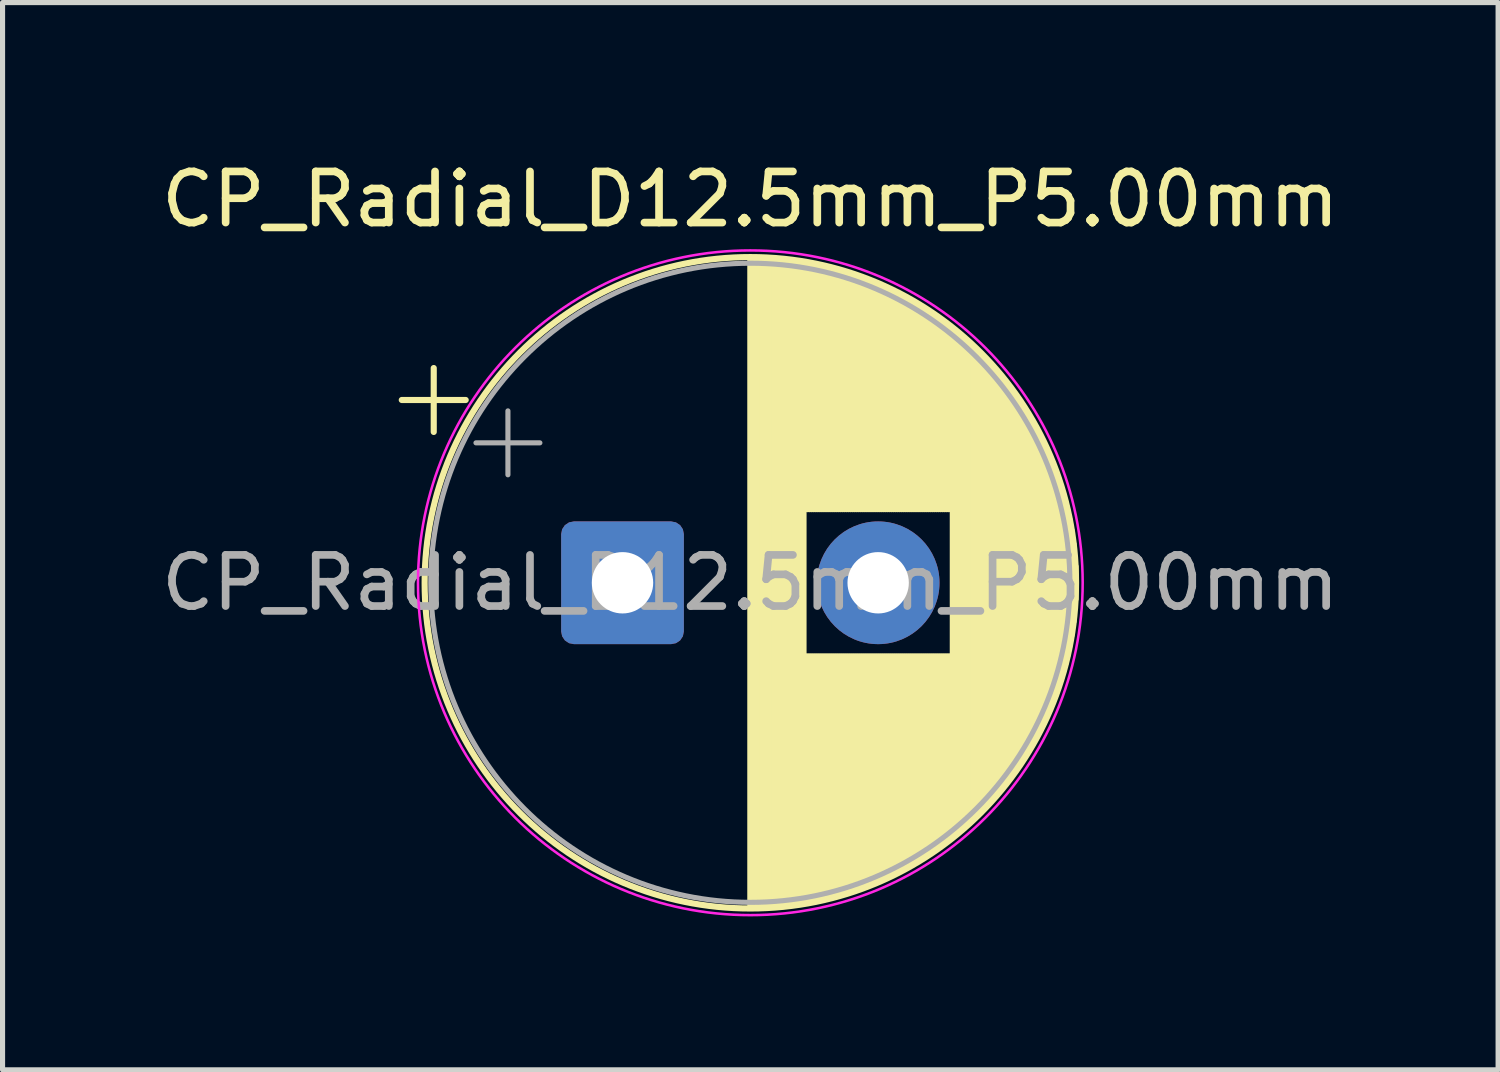
<source format=kicad_pcb>
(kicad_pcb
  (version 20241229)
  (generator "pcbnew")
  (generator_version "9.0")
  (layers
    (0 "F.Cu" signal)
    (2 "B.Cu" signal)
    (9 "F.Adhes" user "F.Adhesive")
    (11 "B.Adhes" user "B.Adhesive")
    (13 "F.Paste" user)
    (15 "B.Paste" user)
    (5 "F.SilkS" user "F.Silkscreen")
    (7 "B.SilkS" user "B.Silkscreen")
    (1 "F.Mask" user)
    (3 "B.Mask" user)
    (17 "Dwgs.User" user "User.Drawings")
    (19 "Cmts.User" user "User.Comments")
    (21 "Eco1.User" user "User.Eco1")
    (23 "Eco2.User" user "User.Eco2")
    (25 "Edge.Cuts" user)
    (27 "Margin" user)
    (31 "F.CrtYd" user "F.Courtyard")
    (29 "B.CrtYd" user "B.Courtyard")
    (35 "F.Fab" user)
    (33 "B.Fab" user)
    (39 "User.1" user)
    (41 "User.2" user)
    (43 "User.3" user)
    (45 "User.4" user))
  (footprint "CP_Radial_D12.5mm_P5.00mm"
    (layer "F.Cu")
    (at 9.125 8.348)
    (property "Reference" "CP_Radial_D12.5mm_P5.00mm" (at 2.5 -7.5 0) (layer "F.SilkS") (effects (font (size 1 1) (thickness 0.15))))
    (attr through_hole)
    (fp_line (start -4.317 -3.575) (end -3.067 -3.575) (stroke (width 0.12) (type solid)) (layer "F.SilkS"))
    (fp_line (start -3.692 -4.2) (end -3.692 -2.95) (stroke (width 0.12) (type solid)) (layer "F.SilkS"))
    (fp_line (start 2.5 -6.33) (end 2.5 6.33) (stroke (width 0.12) (type solid)) (layer "F.SilkS"))
    (fp_line (start 2.54 -6.33) (end 2.54 6.33) (stroke (width 0.12) (type solid)) (layer "F.SilkS"))
    (fp_line (start 2.58 -6.329) (end 2.58 6.329) (stroke (width 0.12) (type solid)) (layer "F.SilkS"))
    (fp_line (start 2.62 -6.329) (end 2.62 6.329) (stroke (width 0.12) (type solid)) (layer "F.SilkS"))
    (fp_line (start 2.66 -6.328) (end 2.66 6.328) (stroke (width 0.12) (type solid)) (layer "F.SilkS"))
    (fp_line (start 2.7 -6.327) (end 2.7 6.327) (stroke (width 0.12) (type solid)) (layer "F.SilkS"))
    (fp_line (start 2.74 -6.325) (end 2.74 6.325) (stroke (width 0.12) (type solid)) (layer "F.SilkS"))
    (fp_line (start 2.78 -6.324) (end 2.78 6.324) (stroke (width 0.12) (type solid)) (layer "F.SilkS"))
    (fp_line (start 2.82 -6.322) (end 2.82 6.322) (stroke (width 0.12) (type solid)) (layer "F.SilkS"))
    (fp_line (start 2.86 -6.32) (end 2.86 6.32) (stroke (width 0.12) (type solid)) (layer "F.SilkS"))
    (fp_line (start 2.9 -6.317) (end 2.9 6.317) (stroke (width 0.12) (type solid)) (layer "F.SilkS"))
    (fp_line (start 2.94 -6.315) (end 2.94 6.315) (stroke (width 0.12) (type solid)) (layer "F.SilkS"))
    (fp_line (start 2.98 -6.312) (end 2.98 6.312) (stroke (width 0.12) (type solid)) (layer "F.SilkS"))
    (fp_line (start 3.02 -6.309) (end 3.02 6.309) (stroke (width 0.12) (type solid)) (layer "F.SilkS"))
    (fp_line (start 3.06 -6.305) (end 3.06 6.305) (stroke (width 0.12) (type solid)) (layer "F.SilkS"))
    (fp_line (start 3.1 -6.302) (end 3.1 6.302) (stroke (width 0.12) (type solid)) (layer "F.SilkS"))
    (fp_line (start 3.14 -6.298) (end 3.14 6.298) (stroke (width 0.12) (type solid)) (layer "F.SilkS"))
    (fp_line (start 3.18 -6.294) (end 3.18 6.294) (stroke (width 0.12) (type solid)) (layer "F.SilkS"))
    (fp_line (start 3.22 -6.289) (end 3.22 6.289) (stroke (width 0.12) (type solid)) (layer "F.SilkS"))
    (fp_line (start 3.26 -6.284) (end 3.26 6.284) (stroke (width 0.12) (type solid)) (layer "F.SilkS"))
    (fp_line (start 3.3 -6.28) (end 3.3 6.28) (stroke (width 0.12) (type solid)) (layer "F.SilkS"))
    (fp_line (start 3.34 -6.274) (end 3.34 6.274) (stroke (width 0.12) (type solid)) (layer "F.SilkS"))
    (fp_line (start 3.38 -6.269) (end 3.38 6.269) (stroke (width 0.12) (type solid)) (layer "F.SilkS"))
    (fp_line (start 3.42 -6.263) (end 3.42 6.263) (stroke (width 0.12) (type solid)) (layer "F.SilkS"))
    (fp_line (start 3.46 -6.257) (end 3.46 6.257) (stroke (width 0.12) (type solid)) (layer "F.SilkS"))
    (fp_line (start 3.5 -6.251) (end 3.5 6.251) (stroke (width 0.12) (type solid)) (layer "F.SilkS"))
    (fp_line (start 3.54 -6.245) (end 3.54 6.245) (stroke (width 0.12) (type solid)) (layer "F.SilkS"))
    (fp_line (start 3.58 -6.238) (end 3.58 -1.44) (stroke (width 0.12) (type solid)) (layer "F.SilkS"))
    (fp_line (start 3.58 1.44) (end 3.58 6.238) (stroke (width 0.12) (type solid)) (layer "F.SilkS"))
    (fp_line (start 3.62 -6.231) (end 3.62 -1.44) (stroke (width 0.12) (type solid)) (layer "F.SilkS"))
    (fp_line (start 3.62 1.44) (end 3.62 6.231) (stroke (width 0.12) (type solid)) (layer "F.SilkS"))
    (fp_line (start 3.66 -6.223) (end 3.66 -1.44) (stroke (width 0.12) (type solid)) (layer "F.SilkS"))
    (fp_line (start 3.66 1.44) (end 3.66 6.223) (stroke (width 0.12) (type solid)) (layer "F.SilkS"))
    (fp_line (start 3.7 -6.216) (end 3.7 -1.44) (stroke (width 0.12) (type solid)) (layer "F.SilkS"))
    (fp_line (start 3.7 1.44) (end 3.7 6.216) (stroke (width 0.12) (type solid)) (layer "F.SilkS"))
    (fp_line (start 3.74 -6.208) (end 3.74 -1.44) (stroke (width 0.12) (type solid)) (layer "F.SilkS"))
    (fp_line (start 3.74 1.44) (end 3.74 6.208) (stroke (width 0.12) (type solid)) (layer "F.SilkS"))
    (fp_line (start 3.78 -6.2) (end 3.78 -1.44) (stroke (width 0.12) (type solid)) (layer "F.SilkS"))
    (fp_line (start 3.78 1.44) (end 3.78 6.2) (stroke (width 0.12) (type solid)) (layer "F.SilkS"))
    (fp_line (start 3.82 -6.192) (end 3.82 -1.44) (stroke (width 0.12) (type solid)) (layer "F.SilkS"))
    (fp_line (start 3.82 1.44) (end 3.82 6.192) (stroke (width 0.12) (type solid)) (layer "F.SilkS"))
    (fp_line (start 3.86 -6.183) (end 3.86 -1.44) (stroke (width 0.12) (type solid)) (layer "F.SilkS"))
    (fp_line (start 3.86 1.44) (end 3.86 6.183) (stroke (width 0.12) (type solid)) (layer "F.SilkS"))
    (fp_line (start 3.9 -6.174) (end 3.9 -1.44) (stroke (width 0.12) (type solid)) (layer "F.SilkS"))
    (fp_line (start 3.9 1.44) (end 3.9 6.174) (stroke (width 0.12) (type solid)) (layer "F.SilkS"))
    (fp_line (start 3.94 -6.165) (end 3.94 -1.44) (stroke (width 0.12) (type solid)) (layer "F.SilkS"))
    (fp_line (start 3.94 1.44) (end 3.94 6.165) (stroke (width 0.12) (type solid)) (layer "F.SilkS"))
    (fp_line (start 3.98 -6.156) (end 3.98 -1.44) (stroke (width 0.12) (type solid)) (layer "F.SilkS"))
    (fp_line (start 3.98 1.44) (end 3.98 6.156) (stroke (width 0.12) (type solid)) (layer "F.SilkS"))
    (fp_line (start 4.02 -6.146) (end 4.02 -1.44) (stroke (width 0.12) (type solid)) (layer "F.SilkS"))
    (fp_line (start 4.02 1.44) (end 4.02 6.146) (stroke (width 0.12) (type solid)) (layer "F.SilkS"))
    (fp_line (start 4.06 -6.136) (end 4.06 -1.44) (stroke (width 0.12) (type solid)) (layer "F.SilkS"))
    (fp_line (start 4.06 1.44) (end 4.06 6.136) (stroke (width 0.12) (type solid)) (layer "F.SilkS"))
    (fp_line (start 4.1 -6.126) (end 4.1 -1.44) (stroke (width 0.12) (type solid)) (layer "F.SilkS"))
    (fp_line (start 4.1 1.44) (end 4.1 6.126) (stroke (width 0.12) (type solid)) (layer "F.SilkS"))
    (fp_line (start 4.14 -6.115) (end 4.14 -1.44) (stroke (width 0.12) (type solid)) (layer "F.SilkS"))
    (fp_line (start 4.14 1.44) (end 4.14 6.115) (stroke (width 0.12) (type solid)) (layer "F.SilkS"))
    (fp_line (start 4.18 -6.104) (end 4.18 -1.44) (stroke (width 0.12) (type solid)) (layer "F.SilkS"))
    (fp_line (start 4.18 1.44) (end 4.18 6.104) (stroke (width 0.12) (type solid)) (layer "F.SilkS"))
    (fp_line (start 4.22 -6.093) (end 4.22 -1.44) (stroke (width 0.12) (type solid)) (layer "F.SilkS"))
    (fp_line (start 4.22 1.44) (end 4.22 6.093) (stroke (width 0.12) (type solid)) (layer "F.SilkS"))
    (fp_line (start 4.26 -6.082) (end 4.26 -1.44) (stroke (width 0.12) (type solid)) (layer "F.SilkS"))
    (fp_line (start 4.26 1.44) (end 4.26 6.082) (stroke (width 0.12) (type solid)) (layer "F.SilkS"))
    (fp_line (start 4.3 -6.07) (end 4.3 -1.44) (stroke (width 0.12) (type solid)) (layer "F.SilkS"))
    (fp_line (start 4.3 1.44) (end 4.3 6.07) (stroke (width 0.12) (type solid)) (layer "F.SilkS"))
    (fp_line (start 4.34 -6.058) (end 4.34 -1.44) (stroke (width 0.12) (type solid)) (layer "F.SilkS"))
    (fp_line (start 4.34 1.44) (end 4.34 6.058) (stroke (width 0.12) (type solid)) (layer "F.SilkS"))
    (fp_line (start 4.38 -6.046) (end 4.38 -1.44) (stroke (width 0.12) (type solid)) (layer "F.SilkS"))
    (fp_line (start 4.38 1.44) (end 4.38 6.046) (stroke (width 0.12) (type solid)) (layer "F.SilkS"))
    (fp_line (start 4.42 -6.034) (end 4.42 -1.44) (stroke (width 0.12) (type solid)) (layer "F.SilkS"))
    (fp_line (start 4.42 1.44) (end 4.42 6.034) (stroke (width 0.12) (type solid)) (layer "F.SilkS"))
    (fp_line (start 4.46 -6.021) (end 4.46 -1.44) (stroke (width 0.12) (type solid)) (layer "F.SilkS"))
    (fp_line (start 4.46 1.44) (end 4.46 6.021) (stroke (width 0.12) (type solid)) (layer "F.SilkS"))
    (fp_line (start 4.5 -6.008) (end 4.5 -1.44) (stroke (width 0.12) (type solid)) (layer "F.SilkS"))
    (fp_line (start 4.5 1.44) (end 4.5 6.008) (stroke (width 0.12) (type solid)) (layer "F.SilkS"))
    (fp_line (start 4.54 -5.995) (end 4.54 -1.44) (stroke (width 0.12) (type solid)) (layer "F.SilkS"))
    (fp_line (start 4.54 1.44) (end 4.54 5.995) (stroke (width 0.12) (type solid)) (layer "F.SilkS"))
    (fp_line (start 4.58 -5.981) (end 4.58 -1.44) (stroke (width 0.12) (type solid)) (layer "F.SilkS"))
    (fp_line (start 4.58 1.44) (end 4.58 5.981) (stroke (width 0.12) (type solid)) (layer "F.SilkS"))
    (fp_line (start 4.62 -5.967) (end 4.62 -1.44) (stroke (width 0.12) (type solid)) (layer "F.SilkS"))
    (fp_line (start 4.62 1.44) (end 4.62 5.967) (stroke (width 0.12) (type solid)) (layer "F.SilkS"))
    (fp_line (start 4.66 -5.953) (end 4.66 -1.44) (stroke (width 0.12) (type solid)) (layer "F.SilkS"))
    (fp_line (start 4.66 1.44) (end 4.66 5.953) (stroke (width 0.12) (type solid)) (layer "F.SilkS"))
    (fp_line (start 4.7 -5.938) (end 4.7 -1.44) (stroke (width 0.12) (type solid)) (layer "F.SilkS"))
    (fp_line (start 4.7 1.44) (end 4.7 5.938) (stroke (width 0.12) (type solid)) (layer "F.SilkS"))
    (fp_line (start 4.74 -5.923) (end 4.74 -1.44) (stroke (width 0.12) (type solid)) (layer "F.SilkS"))
    (fp_line (start 4.74 1.44) (end 4.74 5.923) (stroke (width 0.12) (type solid)) (layer "F.SilkS"))
    (fp_line (start 4.78 -5.908) (end 4.78 -1.44) (stroke (width 0.12) (type solid)) (layer "F.SilkS"))
    (fp_line (start 4.78 1.44) (end 4.78 5.908) (stroke (width 0.12) (type solid)) (layer "F.SilkS"))
    (fp_line (start 4.82 -5.892) (end 4.82 -1.44) (stroke (width 0.12) (type solid)) (layer "F.SilkS"))
    (fp_line (start 4.82 1.44) (end 4.82 5.892) (stroke (width 0.12) (type solid)) (layer "F.SilkS"))
    (fp_line (start 4.86 -5.877) (end 4.86 -1.44) (stroke (width 0.12) (type solid)) (layer "F.SilkS"))
    (fp_line (start 4.86 1.44) (end 4.86 5.877) (stroke (width 0.12) (type solid)) (layer "F.SilkS"))
    (fp_line (start 4.9 -5.861) (end 4.9 -1.44) (stroke (width 0.12) (type solid)) (layer "F.SilkS"))
    (fp_line (start 4.9 1.44) (end 4.9 5.861) (stroke (width 0.12) (type solid)) (layer "F.SilkS"))
    (fp_line (start 4.94 -5.844) (end 4.94 -1.44) (stroke (width 0.12) (type solid)) (layer "F.SilkS"))
    (fp_line (start 4.94 1.44) (end 4.94 5.844) (stroke (width 0.12) (type solid)) (layer "F.SilkS"))
    (fp_line (start 4.98 -5.827) (end 4.98 -1.44) (stroke (width 0.12) (type solid)) (layer "F.SilkS"))
    (fp_line (start 4.98 1.44) (end 4.98 5.827) (stroke (width 0.12) (type solid)) (layer "F.SilkS"))
    (fp_line (start 5.02 -5.81) (end 5.02 -1.44) (stroke (width 0.12) (type solid)) (layer "F.SilkS"))
    (fp_line (start 5.02 1.44) (end 5.02 5.81) (stroke (width 0.12) (type solid)) (layer "F.SilkS"))
    (fp_line (start 5.06 -5.793) (end 5.06 -1.44) (stroke (width 0.12) (type solid)) (layer "F.SilkS"))
    (fp_line (start 5.06 1.44) (end 5.06 5.793) (stroke (width 0.12) (type solid)) (layer "F.SilkS"))
    (fp_line (start 5.1 -5.775) (end 5.1 -1.44) (stroke (width 0.12) (type solid)) (layer "F.SilkS"))
    (fp_line (start 5.1 1.44) (end 5.1 5.775) (stroke (width 0.12) (type solid)) (layer "F.SilkS"))
    (fp_line (start 5.14 -5.757) (end 5.14 -1.44) (stroke (width 0.12) (type solid)) (layer "F.SilkS"))
    (fp_line (start 5.14 1.44) (end 5.14 5.757) (stroke (width 0.12) (type solid)) (layer "F.SilkS"))
    (fp_line (start 5.18 -5.739) (end 5.18 -1.44) (stroke (width 0.12) (type solid)) (layer "F.SilkS"))
    (fp_line (start 5.18 1.44) (end 5.18 5.739) (stroke (width 0.12) (type solid)) (layer "F.SilkS"))
    (fp_line (start 5.22 -5.72) (end 5.22 -1.44) (stroke (width 0.12) (type solid)) (layer "F.SilkS"))
    (fp_line (start 5.22 1.44) (end 5.22 5.72) (stroke (width 0.12) (type solid)) (layer "F.SilkS"))
    (fp_line (start 5.26 -5.701) (end 5.26 -1.44) (stroke (width 0.12) (type solid)) (layer "F.SilkS"))
    (fp_line (start 5.26 1.44) (end 5.26 5.701) (stroke (width 0.12) (type solid)) (layer "F.SilkS"))
    (fp_line (start 5.3 -5.682) (end 5.3 -1.44) (stroke (width 0.12) (type solid)) (layer "F.SilkS"))
    (fp_line (start 5.3 1.44) (end 5.3 5.682) (stroke (width 0.12) (type solid)) (layer "F.SilkS"))
    (fp_line (start 5.34 -5.662) (end 5.34 -1.44) (stroke (width 0.12) (type solid)) (layer "F.SilkS"))
    (fp_line (start 5.34 1.44) (end 5.34 5.662) (stroke (width 0.12) (type solid)) (layer "F.SilkS"))
    (fp_line (start 5.38 -5.642) (end 5.38 -1.44) (stroke (width 0.12) (type solid)) (layer "F.SilkS"))
    (fp_line (start 5.38 1.44) (end 5.38 5.642) (stroke (width 0.12) (type solid)) (layer "F.SilkS"))
    (fp_line (start 5.42 -5.621) (end 5.42 -1.44) (stroke (width 0.12) (type solid)) (layer "F.SilkS"))
    (fp_line (start 5.42 1.44) (end 5.42 5.621) (stroke (width 0.12) (type solid)) (layer "F.SilkS"))
    (fp_line (start 5.46 -5.601) (end 5.46 -1.44) (stroke (width 0.12) (type solid)) (layer "F.SilkS"))
    (fp_line (start 5.46 1.44) (end 5.46 5.601) (stroke (width 0.12) (type solid)) (layer "F.SilkS"))
    (fp_line (start 5.5 -5.579) (end 5.5 -1.44) (stroke (width 0.12) (type solid)) (layer "F.SilkS"))
    (fp_line (start 5.5 1.44) (end 5.5 5.579) (stroke (width 0.12) (type solid)) (layer "F.SilkS"))
    (fp_line (start 5.54 -5.558) (end 5.54 -1.44) (stroke (width 0.12) (type solid)) (layer "F.SilkS"))
    (fp_line (start 5.54 1.44) (end 5.54 5.558) (stroke (width 0.12) (type solid)) (layer "F.SilkS"))
    (fp_line (start 5.58 -5.536) (end 5.58 -1.44) (stroke (width 0.12) (type solid)) (layer "F.SilkS"))
    (fp_line (start 5.58 1.44) (end 5.58 5.536) (stroke (width 0.12) (type solid)) (layer "F.SilkS"))
    (fp_line (start 5.62 -5.514) (end 5.62 -1.44) (stroke (width 0.12) (type solid)) (layer "F.SilkS"))
    (fp_line (start 5.62 1.44) (end 5.62 5.514) (stroke (width 0.12) (type solid)) (layer "F.SilkS"))
    (fp_line (start 5.66 -5.491) (end 5.66 -1.44) (stroke (width 0.12) (type solid)) (layer "F.SilkS"))
    (fp_line (start 5.66 1.44) (end 5.66 5.491) (stroke (width 0.12) (type solid)) (layer "F.SilkS"))
    (fp_line (start 5.7 -5.468) (end 5.7 -1.44) (stroke (width 0.12) (type solid)) (layer "F.SilkS"))
    (fp_line (start 5.7 1.44) (end 5.7 5.468) (stroke (width 0.12) (type solid)) (layer "F.SilkS"))
    (fp_line (start 5.74 -5.444) (end 5.74 -1.44) (stroke (width 0.12) (type solid)) (layer "F.SilkS"))
    (fp_line (start 5.74 1.44) (end 5.74 5.444) (stroke (width 0.12) (type solid)) (layer "F.SilkS"))
    (fp_line (start 5.78 -5.421) (end 5.78 -1.44) (stroke (width 0.12) (type solid)) (layer "F.SilkS"))
    (fp_line (start 5.78 1.44) (end 5.78 5.421) (stroke (width 0.12) (type solid)) (layer "F.SilkS"))
    (fp_line (start 5.82 -5.396) (end 5.82 -1.44) (stroke (width 0.12) (type solid)) (layer "F.SilkS"))
    (fp_line (start 5.82 1.44) (end 5.82 5.396) (stroke (width 0.12) (type solid)) (layer "F.SilkS"))
    (fp_line (start 5.86 -5.372) (end 5.86 -1.44) (stroke (width 0.12) (type solid)) (layer "F.SilkS"))
    (fp_line (start 5.86 1.44) (end 5.86 5.372) (stroke (width 0.12) (type solid)) (layer "F.SilkS"))
    (fp_line (start 5.9 -5.347) (end 5.9 -1.44) (stroke (width 0.12) (type solid)) (layer "F.SilkS"))
    (fp_line (start 5.9 1.44) (end 5.9 5.347) (stroke (width 0.12) (type solid)) (layer "F.SilkS"))
    (fp_line (start 5.94 -5.321) (end 5.94 -1.44) (stroke (width 0.12) (type solid)) (layer "F.SilkS"))
    (fp_line (start 5.94 1.44) (end 5.94 5.321) (stroke (width 0.12) (type solid)) (layer "F.SilkS"))
    (fp_line (start 5.98 -5.295) (end 5.98 -1.44) (stroke (width 0.12) (type solid)) (layer "F.SilkS"))
    (fp_line (start 5.98 1.44) (end 5.98 5.295) (stroke (width 0.12) (type solid)) (layer "F.SilkS"))
    (fp_line (start 6.02 -5.269) (end 6.02 -1.44) (stroke (width 0.12) (type solid)) (layer "F.SilkS"))
    (fp_line (start 6.02 1.44) (end 6.02 5.269) (stroke (width 0.12) (type solid)) (layer "F.SilkS"))
    (fp_line (start 6.06 -5.242) (end 6.06 -1.44) (stroke (width 0.12) (type solid)) (layer "F.SilkS"))
    (fp_line (start 6.06 1.44) (end 6.06 5.242) (stroke (width 0.12) (type solid)) (layer "F.SilkS"))
    (fp_line (start 6.1 -5.215) (end 6.1 -1.44) (stroke (width 0.12) (type solid)) (layer "F.SilkS"))
    (fp_line (start 6.1 1.44) (end 6.1 5.215) (stroke (width 0.12) (type solid)) (layer "F.SilkS"))
    (fp_line (start 6.14 -5.188) (end 6.14 -1.44) (stroke (width 0.12) (type solid)) (layer "F.SilkS"))
    (fp_line (start 6.14 1.44) (end 6.14 5.188) (stroke (width 0.12) (type solid)) (layer "F.SilkS"))
    (fp_line (start 6.18 -5.159) (end 6.18 -1.44) (stroke (width 0.12) (type solid)) (layer "F.SilkS"))
    (fp_line (start 6.18 1.44) (end 6.18 5.159) (stroke (width 0.12) (type solid)) (layer "F.SilkS"))
    (fp_line (start 6.22 -5.131) (end 6.22 -1.44) (stroke (width 0.12) (type solid)) (layer "F.SilkS"))
    (fp_line (start 6.22 1.44) (end 6.22 5.131) (stroke (width 0.12) (type solid)) (layer "F.SilkS"))
    (fp_line (start 6.26 -5.102) (end 6.26 -1.44) (stroke (width 0.12) (type solid)) (layer "F.SilkS"))
    (fp_line (start 6.26 1.44) (end 6.26 5.102) (stroke (width 0.12) (type solid)) (layer "F.SilkS"))
    (fp_line (start 6.3 -5.072) (end 6.3 -1.44) (stroke (width 0.12) (type solid)) (layer "F.SilkS"))
    (fp_line (start 6.3 1.44) (end 6.3 5.072) (stroke (width 0.12) (type solid)) (layer "F.SilkS"))
    (fp_line (start 6.34 -5.042) (end 6.34 -1.44) (stroke (width 0.12) (type solid)) (layer "F.SilkS"))
    (fp_line (start 6.34 1.44) (end 6.34 5.042) (stroke (width 0.12) (type solid)) (layer "F.SilkS"))
    (fp_line (start 6.38 -5.012) (end 6.38 -1.44) (stroke (width 0.12) (type solid)) (layer "F.SilkS"))
    (fp_line (start 6.38 1.44) (end 6.38 5.012) (stroke (width 0.12) (type solid)) (layer "F.SilkS"))
    (fp_line (start 6.42 -4.981) (end 6.42 -1.44) (stroke (width 0.12) (type solid)) (layer "F.SilkS"))
    (fp_line (start 6.42 1.44) (end 6.42 4.981) (stroke (width 0.12) (type solid)) (layer "F.SilkS"))
    (fp_line (start 6.46 -4.95) (end 6.46 4.95) (stroke (width 0.12) (type solid)) (layer "F.SilkS"))
    (fp_line (start 6.5 -4.918) (end 6.5 4.918) (stroke (width 0.12) (type solid)) (layer "F.SilkS"))
    (fp_line (start 6.54 -4.885) (end 6.54 4.885) (stroke (width 0.12) (type solid)) (layer "F.SilkS"))
    (fp_line (start 6.58 -4.852) (end 6.58 4.852) (stroke (width 0.12) (type solid)) (layer "F.SilkS"))
    (fp_line (start 6.62 -4.818) (end 6.62 4.818) (stroke (width 0.12) (type solid)) (layer "F.SilkS"))
    (fp_line (start 6.66 -4.784) (end 6.66 4.784) (stroke (width 0.12) (type solid)) (layer "F.SilkS"))
    (fp_line (start 6.7 -4.749) (end 6.7 4.749) (stroke (width 0.12) (type solid)) (layer "F.SilkS"))
    (fp_line (start 6.74 -4.714) (end 6.74 4.714) (stroke (width 0.12) (type solid)) (layer "F.SilkS"))
    (fp_line (start 6.78 -4.678) (end 6.78 4.678) (stroke (width 0.12) (type solid)) (layer "F.SilkS"))
    (fp_line (start 6.82 -4.641) (end 6.82 4.641) (stroke (width 0.12) (type solid)) (layer "F.SilkS"))
    (fp_line (start 6.86 -4.604) (end 6.86 4.604) (stroke (width 0.12) (type solid)) (layer "F.SilkS"))
    (fp_line (start 6.9 -4.566) (end 6.9 4.566) (stroke (width 0.12) (type solid)) (layer "F.SilkS"))
    (fp_line (start 6.94 -4.528) (end 6.94 4.528) (stroke (width 0.12) (type solid)) (layer "F.SilkS"))
    (fp_line (start 6.98 -4.488) (end 6.98 4.488) (stroke (width 0.12) (type solid)) (layer "F.SilkS"))
    (fp_line (start 7.02 -4.448) (end 7.02 4.448) (stroke (width 0.12) (type solid)) (layer "F.SilkS"))
    (fp_line (start 7.06 -4.408) (end 7.06 4.408) (stroke (width 0.12) (type solid)) (layer "F.SilkS"))
    (fp_line (start 7.1 -4.366) (end 7.1 4.366) (stroke (width 0.12) (type solid)) (layer "F.SilkS"))
    (fp_line (start 7.14 -4.324) (end 7.14 4.324) (stroke (width 0.12) (type solid)) (layer "F.SilkS"))
    (fp_line (start 7.18 -4.281) (end 7.18 4.281) (stroke (width 0.12) (type solid)) (layer "F.SilkS"))
    (fp_line (start 7.22 -4.238) (end 7.22 4.238) (stroke (width 0.12) (type solid)) (layer "F.SilkS"))
    (fp_line (start 7.26 -4.193) (end 7.26 4.193) (stroke (width 0.12) (type solid)) (layer "F.SilkS"))
    (fp_line (start 7.3 -4.148) (end 7.3 4.148) (stroke (width 0.12) (type solid)) (layer "F.SilkS"))
    (fp_line (start 7.34 -4.101) (end 7.34 4.101) (stroke (width 0.12) (type solid)) (layer "F.SilkS"))
    (fp_line (start 7.38 -4.054) (end 7.38 4.054) (stroke (width 0.12) (type solid)) (layer "F.SilkS"))
    (fp_line (start 7.42 -4.006) (end 7.42 4.006) (stroke (width 0.12) (type solid)) (layer "F.SilkS"))
    (fp_line (start 7.46 -3.957) (end 7.46 3.957) (stroke (width 0.12) (type solid)) (layer "F.SilkS"))
    (fp_line (start 7.5 -3.907) (end 7.5 3.907) (stroke (width 0.12) (type solid)) (layer "F.SilkS"))
    (fp_line (start 7.54 -3.856) (end 7.54 3.856) (stroke (width 0.12) (type solid)) (layer "F.SilkS"))
    (fp_line (start 7.58 -3.803) (end 7.58 3.803) (stroke (width 0.12) (type solid)) (layer "F.SilkS"))
    (fp_line (start 7.62 -3.75) (end 7.62 3.75) (stroke (width 0.12) (type solid)) (layer "F.SilkS"))
    (fp_line (start 7.66 -3.695) (end 7.66 3.695) (stroke (width 0.12) (type solid)) (layer "F.SilkS"))
    (fp_line (start 7.7 -3.639) (end 7.7 3.639) (stroke (width 0.12) (type solid)) (layer "F.SilkS"))
    (fp_line (start 7.74 -3.582) (end 7.74 3.582) (stroke (width 0.12) (type solid)) (layer "F.SilkS"))
    (fp_line (start 7.78 -3.523) (end 7.78 3.523) (stroke (width 0.12) (type solid)) (layer "F.SilkS"))
    (fp_line (start 7.82 -3.463) (end 7.82 3.463) (stroke (width 0.12) (type solid)) (layer "F.SilkS"))
    (fp_line (start 7.86 -3.402) (end 7.86 3.402) (stroke (width 0.12) (type solid)) (layer "F.SilkS"))
    (fp_line (start 7.9 -3.339) (end 7.9 3.339) (stroke (width 0.12) (type solid)) (layer "F.SilkS"))
    (fp_line (start 7.94 -3.274) (end 7.94 3.274) (stroke (width 0.12) (type solid)) (layer "F.SilkS"))
    (fp_line (start 7.98 -3.208) (end 7.98 3.208) (stroke (width 0.12) (type solid)) (layer "F.SilkS"))
    (fp_line (start 8.02 -3.139) (end 8.02 3.139) (stroke (width 0.12) (type solid)) (layer "F.SilkS"))
    (fp_line (start 8.06 -3.069) (end 8.06 3.069) (stroke (width 0.12) (type solid)) (layer "F.SilkS"))
    (fp_line (start 8.1 -2.996) (end 8.1 2.996) (stroke (width 0.12) (type solid)) (layer "F.SilkS"))
    (fp_line (start 8.14 -2.921) (end 8.14 2.921) (stroke (width 0.12) (type solid)) (layer "F.SilkS"))
    (fp_line (start 8.18 -2.843) (end 8.18 2.843) (stroke (width 0.12) (type solid)) (layer "F.SilkS"))
    (fp_line (start 8.22 -2.763) (end 8.22 2.763) (stroke (width 0.12) (type solid)) (layer "F.SilkS"))
    (fp_line (start 8.26 -2.68) (end 8.26 2.68) (stroke (width 0.12) (type solid)) (layer "F.SilkS"))
    (fp_line (start 8.3 -2.594) (end 8.3 2.594) (stroke (width 0.12) (type solid)) (layer "F.SilkS"))
    (fp_line (start 8.34 -2.504) (end 8.34 2.504) (stroke (width 0.12) (type solid)) (layer "F.SilkS"))
    (fp_line (start 8.38 -2.41) (end 8.38 2.41) (stroke (width 0.12) (type solid)) (layer "F.SilkS"))
    (fp_line (start 8.42 -2.312) (end 8.42 2.312) (stroke (width 0.12) (type solid)) (layer "F.SilkS"))
    (fp_line (start 8.46 -2.208) (end 8.46 2.208) (stroke (width 0.12) (type solid)) (layer "F.SilkS"))
    (fp_line (start 8.5 -2.099) (end 8.5 2.099) (stroke (width 0.12) (type solid)) (layer "F.SilkS"))
    (fp_line (start 8.54 -1.984) (end 8.54 1.984) (stroke (width 0.12) (type solid)) (layer "F.SilkS"))
    (fp_line (start 8.58 -1.86) (end 8.58 1.86) (stroke (width 0.12) (type solid)) (layer "F.SilkS"))
    (fp_line (start 8.62 -1.727) (end 8.62 1.727) (stroke (width 0.12) (type solid)) (layer "F.SilkS"))
    (fp_line (start 8.66 -1.582) (end 8.66 1.582) (stroke (width 0.12) (type solid)) (layer "F.SilkS"))
    (fp_line (start 8.7 -1.422) (end 8.7 1.422) (stroke (width 0.12) (type solid)) (layer "F.SilkS"))
    (fp_line (start 8.74 -1.24) (end 8.74 1.24) (stroke (width 0.12) (type solid)) (layer "F.SilkS"))
    (fp_line (start 8.78 -1.027) (end 8.78 1.027) (stroke (width 0.12) (type solid)) (layer "F.SilkS"))
    (fp_line (start 8.82 -0.757) (end 8.82 0.757) (stroke (width 0.12) (type solid)) (layer "F.SilkS"))
    (fp_line (start 8.86 -0.317) (end 8.86 0.317) (stroke (width 0.12) (type solid)) (layer "F.SilkS"))
    (fp_circle (center 2.5 0) (end 8.87 0) (stroke (width 0.12) (type solid)) (fill no) (layer "F.SilkS"))
    (fp_circle (center 2.5 0) (end 9 0) (stroke (width 0.05) (type solid)) (fill no) (layer "F.CrtYd"))
    (fp_line (start -2.866 -2.737) (end -1.616 -2.737) (stroke (width 0.1) (type solid)) (layer "F.Fab"))
    (fp_line (start -2.241 -3.362) (end -2.241 -2.112) (stroke (width 0.1) (type solid)) (layer "F.Fab"))
    (fp_circle (center 2.5 0) (end 8.75 0) (stroke (width 0.1) (type solid)) (fill no) (layer "F.Fab"))
    (fp_text user "${REFERENCE}" (at 2.5 0 0) (layer "F.Fab") (effects (font (size 1 1) (thickness 0.15))))
    (pad "1" thru_hole roundrect (at 0 0) (size 2.4 2.4) (drill 1.2) (layers "*.Cu" "*.Mask") (roundrect_rratio 0.104))
    (pad "2" thru_hole circle (at 5 0) (size 2.4 2.4) (drill 1.2) (layers "*.Cu" "*.Mask")))
  (gr_rect
    (start -3 -3)
    (end 26.25 17.873)
    (stroke (width 0.1) (type default))
    (fill no)
    (layer "Edge.Cuts")))
</source>
